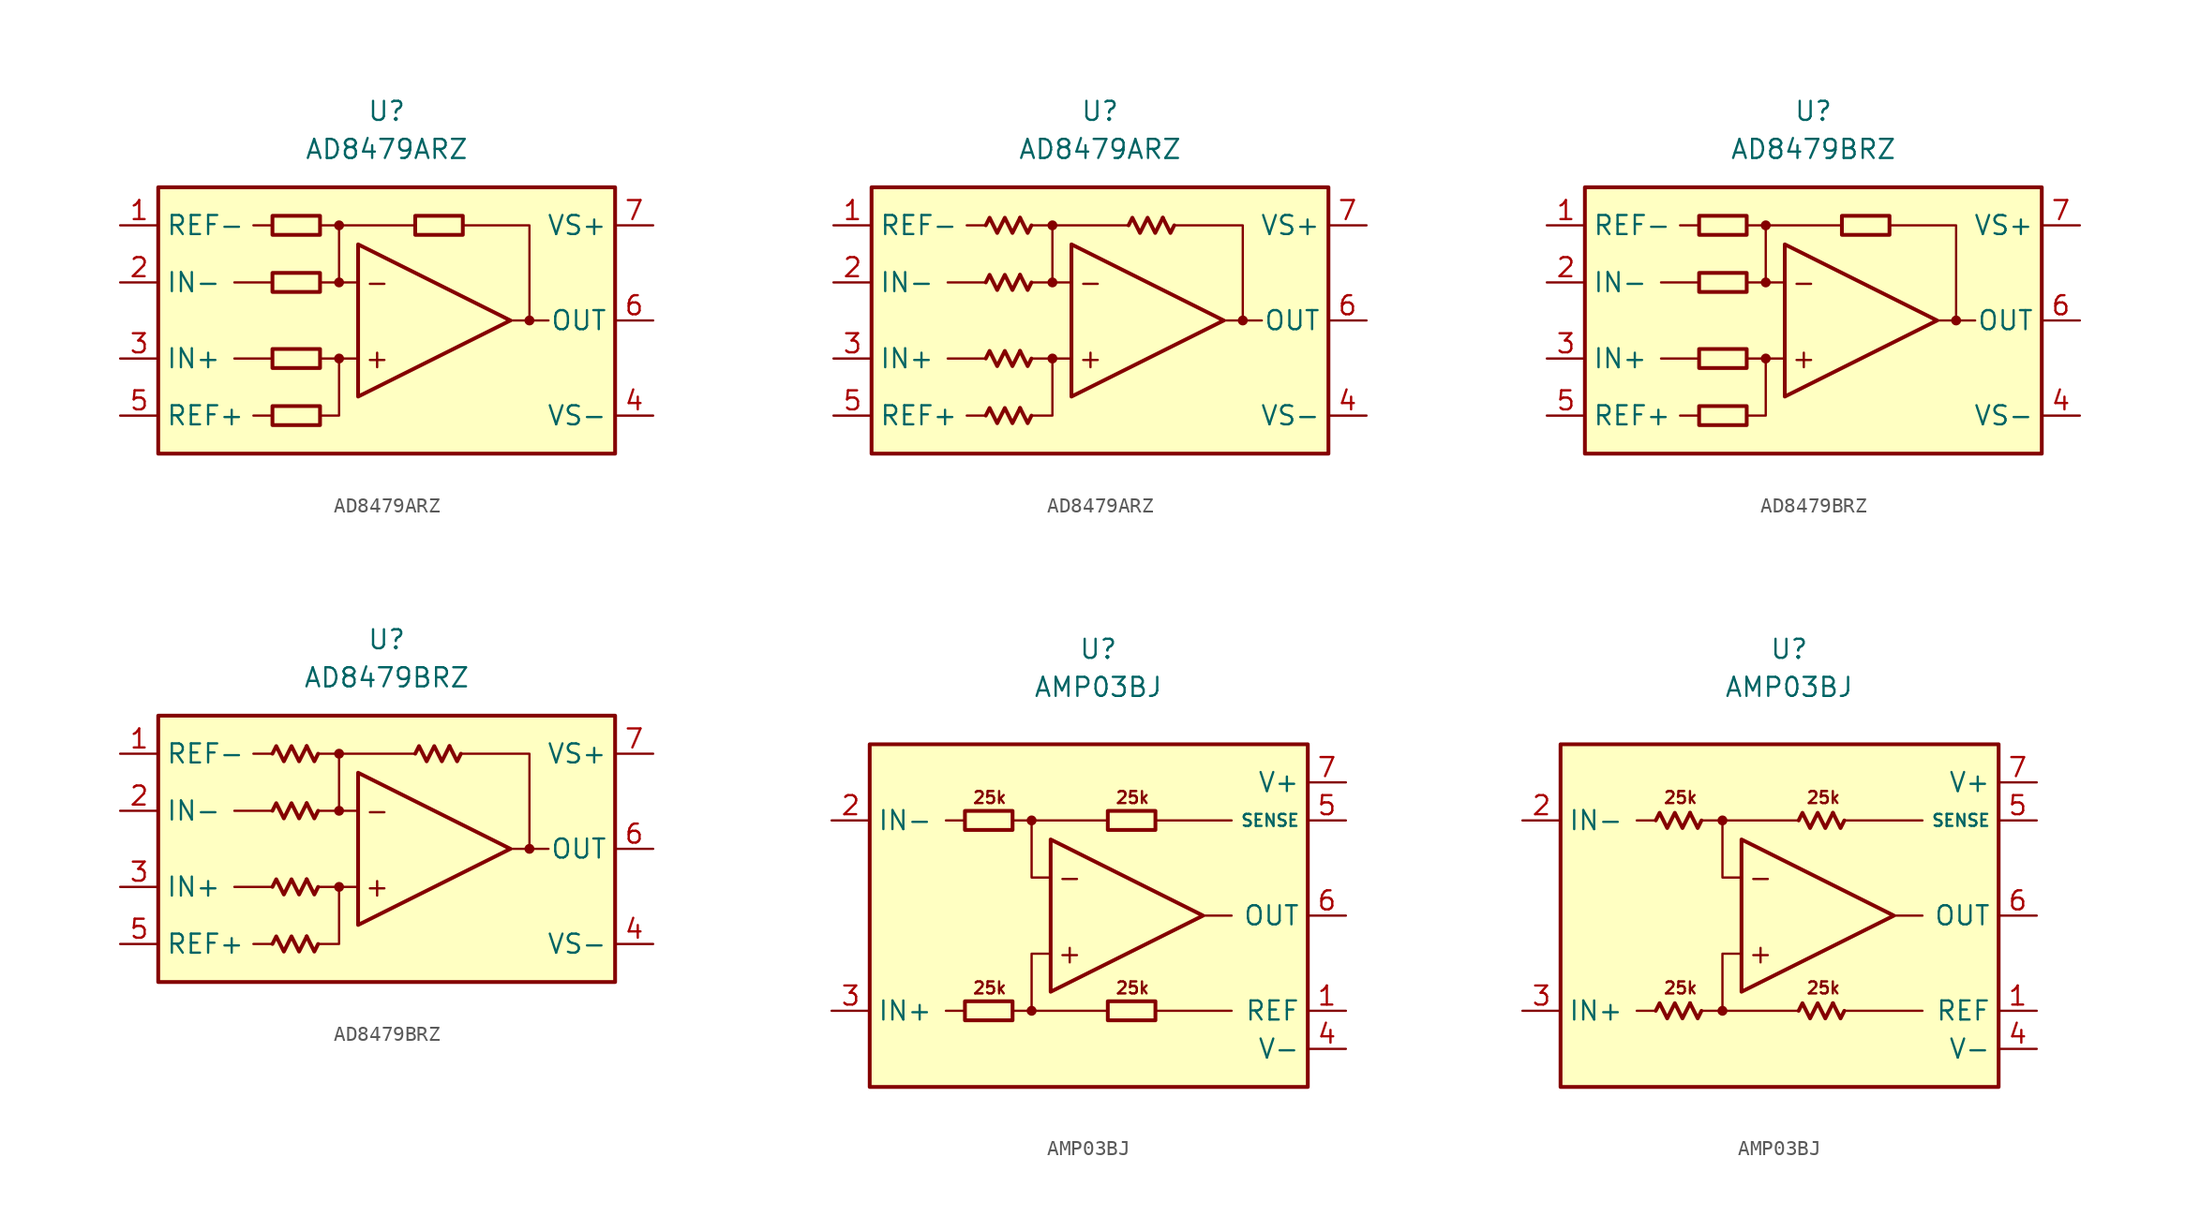
<source format=kicad_sym>
(kicad_symbol_lib
  (version 20231120)
  (generator "kicad_symbol_editor")
  (generator_version "8.0")
  (symbol "AD8479ARZ"
    (property "Reference" "U"
      (at 0 13.97 0)
      (effects (font (size 1.27 1.27))))
    (property "Value" "AD8479ARZ"
      (at 0 11.43 0)
      (effects (font (size 1.27 1.27))))
    (symbol "AD8479ARZ_0_0"
      (rectangle (start -15.24 8.89) (end 15.24 -8.89) (stroke (width 0.254) (type default)) (fill (type background)))
      (circle (center -3.175 -2.54) (radius 0.254) (stroke (width 0.152) (type default)) (fill (type outline)))
      (circle (center -3.175 2.54) (radius 0.254) (stroke (width 0.152) (type default)) (fill (type outline)))
      (circle (center -3.175 6.35) (radius 0.254) (stroke (width 0.152) (type default)) (fill (type outline)))
      (polyline (pts (xy -7.62 -6.35) (xy -8.89 -6.35)) (stroke (width 0.152) (type default)) (fill (type none)))
      (polyline (pts (xy -7.62 -2.54) (xy -10.16 -2.54)) (stroke (width 0.152) (type default)) (fill (type none)))
      (polyline (pts (xy -7.62 2.54) (xy -10.16 2.54)) (stroke (width 0.152) (type default)) (fill (type none)))
      (polyline (pts (xy -7.62 6.35) (xy -8.89 6.35)) (stroke (width 0.152) (type default)) (fill (type none)))
      (polyline (pts (xy -4.445 6.35) (xy 1.905 6.35)) (stroke (width 0.152) (type default)) (fill (type none)))
      (polyline (pts (xy -3.175 2.54) (xy -3.175 6.35)) (stroke (width 0.152) (type default)) (fill (type none)))
      (polyline (pts (xy -1.905 -2.54) (xy -4.445 -2.54)) (stroke (width 0.152) (type default)) (fill (type none)))
      (polyline (pts (xy -1.905 2.54) (xy -4.445 2.54)) (stroke (width 0.152) (type default)) (fill (type none)))
      (polyline (pts (xy 9.525 0) (xy 10.795 0)) (stroke (width 0.152) (type default)) (fill (type none)))
      (polyline (pts (xy -4.445 -6.35) (xy -3.175 -6.35) (xy -3.175 -2.54)) (stroke (width 0.152) (type default)) (fill (type none)))
      (polyline (pts (xy -1.905 5.08) (xy -1.905 -5.08) (xy 8.255 0) (xy -1.905 5.08)) (stroke (width 0.254) (type default)) (fill (type none)))
      (polyline (pts (xy 5.08 6.35) (xy 9.525 6.35) (xy 9.525 0) (xy 8.255 0)) (stroke (width 0.152) (type default)) (fill (type none)))
      (circle (center 9.525 0) (radius 0.254) (stroke (width 0.152) (type default)) (fill (type outline)))
      (text "+" (at -0.635 -2.54 0) (effects (font (size 1.27 1.27))))
      (text "-" (at -0.635 2.54 0) (effects (font (size 1.27 1.27)))))
    (symbol "AD8479ARZ_0_1"
      (rectangle (start -7.62 -5.715) (end -4.445 -6.985) (stroke (width 0.254) (type default)) (fill (type none)))
      (rectangle (start -7.62 -1.905) (end -4.445 -3.175) (stroke (width 0.254) (type default)) (fill (type none)))
      (rectangle (start -7.62 3.175) (end -4.445 1.905) (stroke (width 0.254) (type default)) (fill (type none)))
      (rectangle (start -7.62 6.985) (end -4.445 5.715) (stroke (width 0.254) (type default)) (fill (type none)))
      (rectangle (start 1.905 6.985) (end 5.08 5.715) (stroke (width 0.254) (type default)) (fill (type none))))
    (symbol "AD8479ARZ_0_2"
      (polyline (pts (xy -5.334 -5.842) (xy -4.826 -6.858) (xy -4.572 -6.35)) (stroke (width 0.254) (type default)) (fill (type none)))
      (polyline (pts (xy -5.334 -2.032) (xy -4.826 -3.048) (xy -4.572 -2.54)) (stroke (width 0.254) (type default)) (fill (type none)))
      (polyline (pts (xy -5.334 3.048) (xy -4.826 2.032) (xy -4.572 2.54)) (stroke (width 0.254) (type default)) (fill (type none)))
      (polyline (pts (xy -5.334 6.858) (xy -4.826 5.842) (xy -4.572 6.35)) (stroke (width 0.254) (type default)) (fill (type none)))
      (polyline (pts (xy 4.191 6.858) (xy 4.699 5.842) (xy 4.953 6.35)) (stroke (width 0.254) (type default)) (fill (type none)))
      (polyline (pts (xy -7.62 -6.35) (xy -7.366 -5.842) (xy -6.858 -6.858) (xy -6.35 -5.842) (xy -5.842 -6.858) (xy -5.334 -5.842)) (stroke (width 0.254) (type default)) (fill (type none)))
      (polyline (pts (xy -7.62 -2.54) (xy -7.366 -2.032) (xy -6.858 -3.048) (xy -6.35 -2.032) (xy -5.842 -3.048) (xy -5.334 -2.032)) (stroke (width 0.254) (type default)) (fill (type none)))
      (polyline (pts (xy -7.62 2.54) (xy -7.366 3.048) (xy -6.858 2.032) (xy -6.35 3.048) (xy -5.842 2.032) (xy -5.334 3.048)) (stroke (width 0.254) (type default)) (fill (type none)))
      (polyline (pts (xy -7.62 6.35) (xy -7.366 6.858) (xy -6.858 5.842) (xy -6.35 6.858) (xy -5.842 5.842) (xy -5.334 6.858)) (stroke (width 0.254) (type default)) (fill (type none)))
      (polyline (pts (xy 1.905 6.35) (xy 2.159 6.858) (xy 2.667 5.842) (xy 3.175 6.858) (xy 3.683 5.842) (xy 4.191 6.858)) (stroke (width 0.254) (type default)) (fill (type none))))
    (symbol "AD8479ARZ_1_1"
      (pin input line (at -17.78 6.35 0) (length 2.54) (name "REF-" (effects (font (size 1.27 1.27)))) (number "1" (effects (font (size 1.27 1.27)))))
      (pin input line (at -17.78 2.54 0) (length 2.54) (name "IN-" (effects (font (size 1.27 1.27)))) (number "2" (effects (font (size 1.27 1.27)))))
      (pin input line (at -17.78 -2.54 0) (length 2.54) (name "IN+" (effects (font (size 1.27 1.27)))) (number "3" (effects (font (size 1.27 1.27)))))
      (pin power_in line (at 17.78 -6.35 180) (length 2.54) (name "VS-" (effects (font (size 1.27 1.27)))) (number "4" (effects (font (size 1.27 1.27)))))
      (pin input line (at -17.78 -6.35 0) (length 2.54) (name "REF+" (effects (font (size 1.27 1.27)))) (number "5" (effects (font (size 1.27 1.27)))))
      (pin output line (at 17.78 0 180) (length 2.54) (name "OUT" (effects (font (size 1.27 1.27)))) (number "6" (effects (font (size 1.27 1.27)))))
      (pin power_in line (at 17.78 6.35 180) (length 2.54) (name "VS+" (effects (font (size 1.27 1.27)))) (number "7" (effects (font (size 1.27 1.27)))))
      (pin no_connect line (at 3.81 -7.62 0) (length 2.54) hide (name "NC" (effects (font (size 1.27 1.27)))) (number "8" (effects (font (size 1.27 1.27))))))
    (symbol "AD8479ARZ_1_2"
      (pin input line (at -17.78 6.35 0) (length 2.54) (name "REF-" (effects (font (size 1.27 1.27)))) (number "1" (effects (font (size 1.27 1.27)))))
      (pin input line (at -17.78 2.54 0) (length 2.54) (name "IN-" (effects (font (size 1.27 1.27)))) (number "2" (effects (font (size 1.27 1.27)))))
      (pin input line (at -17.78 -2.54 0) (length 2.54) (name "IN+" (effects (font (size 1.27 1.27)))) (number "3" (effects (font (size 1.27 1.27)))))
      (pin power_in line (at 17.78 -6.35 180) (length 2.54) (name "VS-" (effects (font (size 1.27 1.27)))) (number "4" (effects (font (size 1.27 1.27)))))
      (pin input line (at -17.78 -6.35 0) (length 2.54) (name "REF+" (effects (font (size 1.27 1.27)))) (number "5" (effects (font (size 1.27 1.27)))))
      (pin output line (at 17.78 0 180) (length 2.54) (name "OUT" (effects (font (size 1.27 1.27)))) (number "6" (effects (font (size 1.27 1.27)))))
      (pin power_in line (at 17.78 6.35 180) (length 2.54) (name "VS+" (effects (font (size 1.27 1.27)))) (number "7" (effects (font (size 1.27 1.27)))))
      (pin no_connect line (at 3.81 -7.62 0) (length 2.54) hide (name "NC" (effects (font (size 1.27 1.27)))) (number "8" (effects (font (size 1.27 1.27)))))))
  (symbol "AD8479BRZ"
    (property "Reference" "U"
      (at 0 13.97 0)
      (effects (font (size 1.27 1.27))))
    (property "Value" "AD8479BRZ"
      (at 0 11.43 0)
      (effects (font (size 1.27 1.27))))
    (symbol "AD8479BRZ_0_0"
      (rectangle (start -15.24 8.89) (end 15.24 -8.89) (stroke (width 0.254) (type default)) (fill (type background)))
      (circle (center -3.175 -2.54) (radius 0.254) (stroke (width 0.152) (type default)) (fill (type outline)))
      (circle (center -3.175 2.54) (radius 0.254) (stroke (width 0.152) (type default)) (fill (type outline)))
      (circle (center -3.175 6.35) (radius 0.254) (stroke (width 0.152) (type default)) (fill (type outline)))
      (polyline (pts (xy -7.62 -6.35) (xy -8.89 -6.35)) (stroke (width 0.152) (type default)) (fill (type none)))
      (polyline (pts (xy -7.62 -2.54) (xy -10.16 -2.54)) (stroke (width 0.152) (type default)) (fill (type none)))
      (polyline (pts (xy -7.62 2.54) (xy -10.16 2.54)) (stroke (width 0.152) (type default)) (fill (type none)))
      (polyline (pts (xy -7.62 6.35) (xy -8.89 6.35)) (stroke (width 0.152) (type default)) (fill (type none)))
      (polyline (pts (xy -4.445 6.35) (xy 1.905 6.35)) (stroke (width 0.152) (type default)) (fill (type none)))
      (polyline (pts (xy -3.175 2.54) (xy -3.175 6.35)) (stroke (width 0.152) (type default)) (fill (type none)))
      (polyline (pts (xy -1.905 -2.54) (xy -4.445 -2.54)) (stroke (width 0.152) (type default)) (fill (type none)))
      (polyline (pts (xy -1.905 2.54) (xy -4.445 2.54)) (stroke (width 0.152) (type default)) (fill (type none)))
      (polyline (pts (xy 9.525 0) (xy 10.795 0)) (stroke (width 0.152) (type default)) (fill (type none)))
      (polyline (pts (xy -4.445 -6.35) (xy -3.175 -6.35) (xy -3.175 -2.54)) (stroke (width 0.152) (type default)) (fill (type none)))
      (polyline (pts (xy -1.905 5.08) (xy -1.905 -5.08) (xy 8.255 0) (xy -1.905 5.08)) (stroke (width 0.254) (type default)) (fill (type none)))
      (polyline (pts (xy 5.08 6.35) (xy 9.525 6.35) (xy 9.525 0) (xy 8.255 0)) (stroke (width 0.152) (type default)) (fill (type none)))
      (circle (center 9.525 0) (radius 0.254) (stroke (width 0.152) (type default)) (fill (type outline)))
      (text "+" (at -0.635 -2.54 0) (effects (font (size 1.27 1.27))))
      (text "-" (at -0.635 2.54 0) (effects (font (size 1.27 1.27)))))
    (symbol "AD8479BRZ_0_1"
      (rectangle (start -7.62 -5.715) (end -4.445 -6.985) (stroke (width 0.254) (type default)) (fill (type none)))
      (rectangle (start -7.62 -1.905) (end -4.445 -3.175) (stroke (width 0.254) (type default)) (fill (type none)))
      (rectangle (start -7.62 3.175) (end -4.445 1.905) (stroke (width 0.254) (type default)) (fill (type none)))
      (rectangle (start -7.62 6.985) (end -4.445 5.715) (stroke (width 0.254) (type default)) (fill (type none)))
      (rectangle (start 1.905 6.985) (end 5.08 5.715) (stroke (width 0.254) (type default)) (fill (type none))))
    (symbol "AD8479BRZ_0_2"
      (polyline (pts (xy -5.334 -5.842) (xy -4.826 -6.858) (xy -4.572 -6.35)) (stroke (width 0.254) (type default)) (fill (type none)))
      (polyline (pts (xy -5.334 -2.032) (xy -4.826 -3.048) (xy -4.572 -2.54)) (stroke (width 0.254) (type default)) (fill (type none)))
      (polyline (pts (xy -5.334 3.048) (xy -4.826 2.032) (xy -4.572 2.54)) (stroke (width 0.254) (type default)) (fill (type none)))
      (polyline (pts (xy -5.334 6.858) (xy -4.826 5.842) (xy -4.572 6.35)) (stroke (width 0.254) (type default)) (fill (type none)))
      (polyline (pts (xy 4.191 6.858) (xy 4.699 5.842) (xy 4.953 6.35)) (stroke (width 0.254) (type default)) (fill (type none)))
      (polyline (pts (xy -7.62 -6.35) (xy -7.366 -5.842) (xy -6.858 -6.858) (xy -6.35 -5.842) (xy -5.842 -6.858) (xy -5.334 -5.842)) (stroke (width 0.254) (type default)) (fill (type none)))
      (polyline (pts (xy -7.62 -2.54) (xy -7.366 -2.032) (xy -6.858 -3.048) (xy -6.35 -2.032) (xy -5.842 -3.048) (xy -5.334 -2.032)) (stroke (width 0.254) (type default)) (fill (type none)))
      (polyline (pts (xy -7.62 2.54) (xy -7.366 3.048) (xy -6.858 2.032) (xy -6.35 3.048) (xy -5.842 2.032) (xy -5.334 3.048)) (stroke (width 0.254) (type default)) (fill (type none)))
      (polyline (pts (xy -7.62 6.35) (xy -7.366 6.858) (xy -6.858 5.842) (xy -6.35 6.858) (xy -5.842 5.842) (xy -5.334 6.858)) (stroke (width 0.254) (type default)) (fill (type none)))
      (polyline (pts (xy 1.905 6.35) (xy 2.159 6.858) (xy 2.667 5.842) (xy 3.175 6.858) (xy 3.683 5.842) (xy 4.191 6.858)) (stroke (width 0.254) (type default)) (fill (type none))))
    (symbol "AD8479BRZ_1_1"
      (pin input line (at -17.78 6.35 0) (length 2.54) (name "REF-" (effects (font (size 1.27 1.27)))) (number "1" (effects (font (size 1.27 1.27)))))
      (pin input line (at -17.78 2.54 0) (length 2.54) (name "IN-" (effects (font (size 1.27 1.27)))) (number "2" (effects (font (size 1.27 1.27)))))
      (pin input line (at -17.78 -2.54 0) (length 2.54) (name "IN+" (effects (font (size 1.27 1.27)))) (number "3" (effects (font (size 1.27 1.27)))))
      (pin power_in line (at 17.78 -6.35 180) (length 2.54) (name "VS-" (effects (font (size 1.27 1.27)))) (number "4" (effects (font (size 1.27 1.27)))))
      (pin input line (at -17.78 -6.35 0) (length 2.54) (name "REF+" (effects (font (size 1.27 1.27)))) (number "5" (effects (font (size 1.27 1.27)))))
      (pin output line (at 17.78 0 180) (length 2.54) (name "OUT" (effects (font (size 1.27 1.27)))) (number "6" (effects (font (size 1.27 1.27)))))
      (pin power_in line (at 17.78 6.35 180) (length 2.54) (name "VS+" (effects (font (size 1.27 1.27)))) (number "7" (effects (font (size 1.27 1.27)))))
      (pin no_connect line (at 5.08 -7.62 0) (length 2.54) hide (name "NC" (effects (font (size 1.27 1.27)))) (number "8" (effects (font (size 1.27 1.27))))))
    (symbol "AD8479BRZ_1_2"
      (pin input line (at -17.78 6.35 0) (length 2.54) (name "REF-" (effects (font (size 1.27 1.27)))) (number "1" (effects (font (size 1.27 1.27)))))
      (pin input line (at -17.78 2.54 0) (length 2.54) (name "IN-" (effects (font (size 1.27 1.27)))) (number "2" (effects (font (size 1.27 1.27)))))
      (pin input line (at -17.78 -2.54 0) (length 2.54) (name "IN+" (effects (font (size 1.27 1.27)))) (number "3" (effects (font (size 1.27 1.27)))))
      (pin power_in line (at 17.78 -6.35 180) (length 2.54) (name "VS-" (effects (font (size 1.27 1.27)))) (number "4" (effects (font (size 1.27 1.27)))))
      (pin input line (at -17.78 -6.35 0) (length 2.54) (name "REF+" (effects (font (size 1.27 1.27)))) (number "5" (effects (font (size 1.27 1.27)))))
      (pin output line (at 17.78 0 180) (length 2.54) (name "OUT" (effects (font (size 1.27 1.27)))) (number "6" (effects (font (size 1.27 1.27)))))
      (pin power_in line (at 17.78 6.35 180) (length 2.54) (name "VS+" (effects (font (size 1.27 1.27)))) (number "7" (effects (font (size 1.27 1.27)))))
      (pin no_connect line (at 5.08 -7.62 0) (length 2.54) hide (name "NC" (effects (font (size 1.27 1.27)))) (number "8" (effects (font (size 1.27 1.27)))))))
  (symbol "AMP03BJ"
    (property "Reference" "U"
      (at 0 17.78 0)
      (effects (font (size 1.27 1.27))))
    (property "Value" "AMP03BJ"
      (at 0 15.24 0)
      (effects (font (size 1.27 1.27))))
    (symbol "AMP03BJ_0_0"
      (rectangle (start -15.24 11.43) (end 13.97 -11.43) (stroke (width 0.254) (type default)) (fill (type background)))
      (circle (center -4.445 -6.35) (radius 0.254) (stroke (width 0.152) (type default)) (fill (type outline)))
      (circle (center -4.445 6.35) (radius 0.254) (stroke (width 0.152) (type default)) (fill (type outline)))
      (polyline (pts (xy -8.89 -6.35) (xy -10.16 -6.35)) (stroke (width 0.152) (type default)) (fill (type none)))
      (polyline (pts (xy -8.89 6.35) (xy -10.16 6.35)) (stroke (width 0.152) (type default)) (fill (type none)))
      (polyline (pts (xy -4.445 6.35) (xy 0.635 6.35)) (stroke (width 0.152) (type default)) (fill (type none)))
      (polyline (pts (xy 0.635 -6.35) (xy -4.445 -6.35)) (stroke (width 0.152) (type default)) (fill (type none)))
      (polyline (pts (xy 3.81 -6.35) (xy 8.89 -6.35)) (stroke (width 0.152) (type default)) (fill (type none)))
      (polyline (pts (xy 3.81 6.35) (xy 8.89 6.35)) (stroke (width 0.152) (type default)) (fill (type none)))
      (polyline (pts (xy 8.89 0) (xy 6.985 0)) (stroke (width 0.152) (type default)) (fill (type none)))
      (polyline (pts (xy -5.715 -6.35) (xy -4.445 -6.35) (xy -4.445 -2.54) (xy -3.175 -2.54)) (stroke (width 0.152) (type default)) (fill (type none)))
      (polyline (pts (xy -3.175 2.54) (xy -4.445 2.54) (xy -4.445 6.35) (xy -5.715 6.35)) (stroke (width 0.152) (type default)) (fill (type none)))
      (polyline (pts (xy -3.175 5.08) (xy -3.175 -5.08) (xy 6.985 0) (xy -3.175 5.08)) (stroke (width 0.254) (type default)) (fill (type none)))
      (text "+" (at -1.905 -2.54 0) (effects (font (size 1.27 1.27))))
      (text "-" (at -1.905 2.54 0) (effects (font (size 1.27 1.27))))
      (text "25k" (at -7.239 -4.826 0) (effects (font (size 0.8 0.8))))
      (text "25k" (at -7.239 7.874 0) (effects (font (size 0.8 0.8))))
      (text "25k" (at 2.286 -4.826 0) (effects (font (size 0.8 0.8))))
      (text "25k" (at 2.286 7.874 0) (effects (font (size 0.8 0.8)))))
    (symbol "AMP03BJ_0_1"
      (rectangle (start -8.89 -5.715) (end -5.715 -6.985) (stroke (width 0.254) (type default)) (fill (type none)))
      (rectangle (start -8.89 6.985) (end -5.715 5.715) (stroke (width 0.254) (type default)) (fill (type none)))
      (rectangle (start 0.635 -5.715) (end 3.81 -6.985) (stroke (width 0.254) (type default)) (fill (type none)))
      (rectangle (start 0.635 6.985) (end 3.81 5.715) (stroke (width 0.254) (type default)) (fill (type none))))
    (symbol "AMP03BJ_0_2"
      (polyline (pts (xy -6.604 -5.842) (xy -6.096 -6.858) (xy -5.842 -6.35)) (stroke (width 0.254) (type default)) (fill (type none)))
      (polyline (pts (xy -6.604 6.858) (xy -6.096 5.842) (xy -5.842 6.35)) (stroke (width 0.254) (type default)) (fill (type none)))
      (polyline (pts (xy 2.921 -5.842) (xy 3.429 -6.858) (xy 3.683 -6.35)) (stroke (width 0.254) (type default)) (fill (type none)))
      (polyline (pts (xy 2.921 6.858) (xy 3.429 5.842) (xy 3.683 6.35)) (stroke (width 0.254) (type default)) (fill (type none)))
      (polyline (pts (xy -8.89 -6.35) (xy -8.636 -5.842) (xy -8.128 -6.858) (xy -7.62 -5.842) (xy -7.112 -6.858) (xy -6.604 -5.842)) (stroke (width 0.254) (type default)) (fill (type none)))
      (polyline (pts (xy -8.89 6.35) (xy -8.636 6.858) (xy -8.128 5.842) (xy -7.62 6.858) (xy -7.112 5.842) (xy -6.604 6.858)) (stroke (width 0.254) (type default)) (fill (type none)))
      (polyline (pts (xy 0.635 -6.35) (xy 0.889 -5.842) (xy 1.397 -6.858) (xy 1.905 -5.842) (xy 2.413 -6.858) (xy 2.921 -5.842)) (stroke (width 0.254) (type default)) (fill (type none)))
      (polyline (pts (xy 0.635 6.35) (xy 0.889 6.858) (xy 1.397 5.842) (xy 1.905 6.858) (xy 2.413 5.842) (xy 2.921 6.858)) (stroke (width 0.254) (type default)) (fill (type none))))
    (symbol "AMP03BJ_1_1"
      (pin input line (at 16.51 -6.35 180) (length 2.54) (name "REF" (effects (font (size 1.27 1.27)))) (number "1" (effects (font (size 1.27 1.27)))))
      (pin input line (at -17.78 6.35 0) (length 2.54) (name "IN-" (effects (font (size 1.27 1.27)))) (number "2" (effects (font (size 1.27 1.27)))))
      (pin input line (at -17.78 -6.35 0) (length 2.54) (name "IN+" (effects (font (size 1.27 1.27)))) (number "3" (effects (font (size 1.27 1.27)))))
      (pin power_in line (at 16.51 -8.89 180) (length 2.54) (name "V-" (effects (font (size 1.27 1.27)))) (number "4" (effects (font (size 1.27 1.27)))))
      (pin input line (at 16.51 6.35 180) (length 2.54) (name "SENSE" (effects (font (size 0.8 0.8)))) (number "5" (effects (font (size 1.27 1.27)))))
      (pin output line (at 16.51 0 180) (length 2.54) (name "OUT" (effects (font (size 1.27 1.27)))) (number "6" (effects (font (size 1.27 1.27)))))
      (pin power_in line (at 16.51 8.89 180) (length 2.54) (name "V+" (effects (font (size 1.27 1.27)))) (number "7" (effects (font (size 1.27 1.27)))))
      (pin free line (at -8.89 0 0) (length 2.54) hide (name "NC" (effects (font (size 1.27 1.27)))) (number "8" (effects (font (size 1.27 1.27))))))
    (symbol "AMP03BJ_1_2"
      (pin input line (at 16.51 -6.35 180) (length 2.54) (name "REF" (effects (font (size 1.27 1.27)))) (number "1" (effects (font (size 1.27 1.27)))))
      (pin input line (at -17.78 6.35 0) (length 2.54) (name "IN-" (effects (font (size 1.27 1.27)))) (number "2" (effects (font (size 1.27 1.27)))))
      (pin input line (at -17.78 -6.35 0) (length 2.54) (name "IN+" (effects (font (size 1.27 1.27)))) (number "3" (effects (font (size 1.27 1.27)))))
      (pin power_in line (at 16.51 -8.89 180) (length 2.54) (name "V-" (effects (font (size 1.27 1.27)))) (number "4" (effects (font (size 1.27 1.27)))))
      (pin input line (at 16.51 6.35 180) (length 2.54) (name "SENSE" (effects (font (size 0.8 0.8)))) (number "5" (effects (font (size 1.27 1.27)))))
      (pin output line (at 16.51 0 180) (length 2.54) (name "OUT" (effects (font (size 1.27 1.27)))) (number "6" (effects (font (size 1.27 1.27)))))
      (pin power_in line (at 16.51 8.89 180) (length 2.54) (name "V+" (effects (font (size 1.27 1.27)))) (number "7" (effects (font (size 1.27 1.27)))))
      (pin free line (at -8.89 0 0) (length 2.54) hide (name "NC" (effects (font (size 1.27 1.27)))) (number "8" (effects (font (size 1.27 1.27))))))))
</source>
